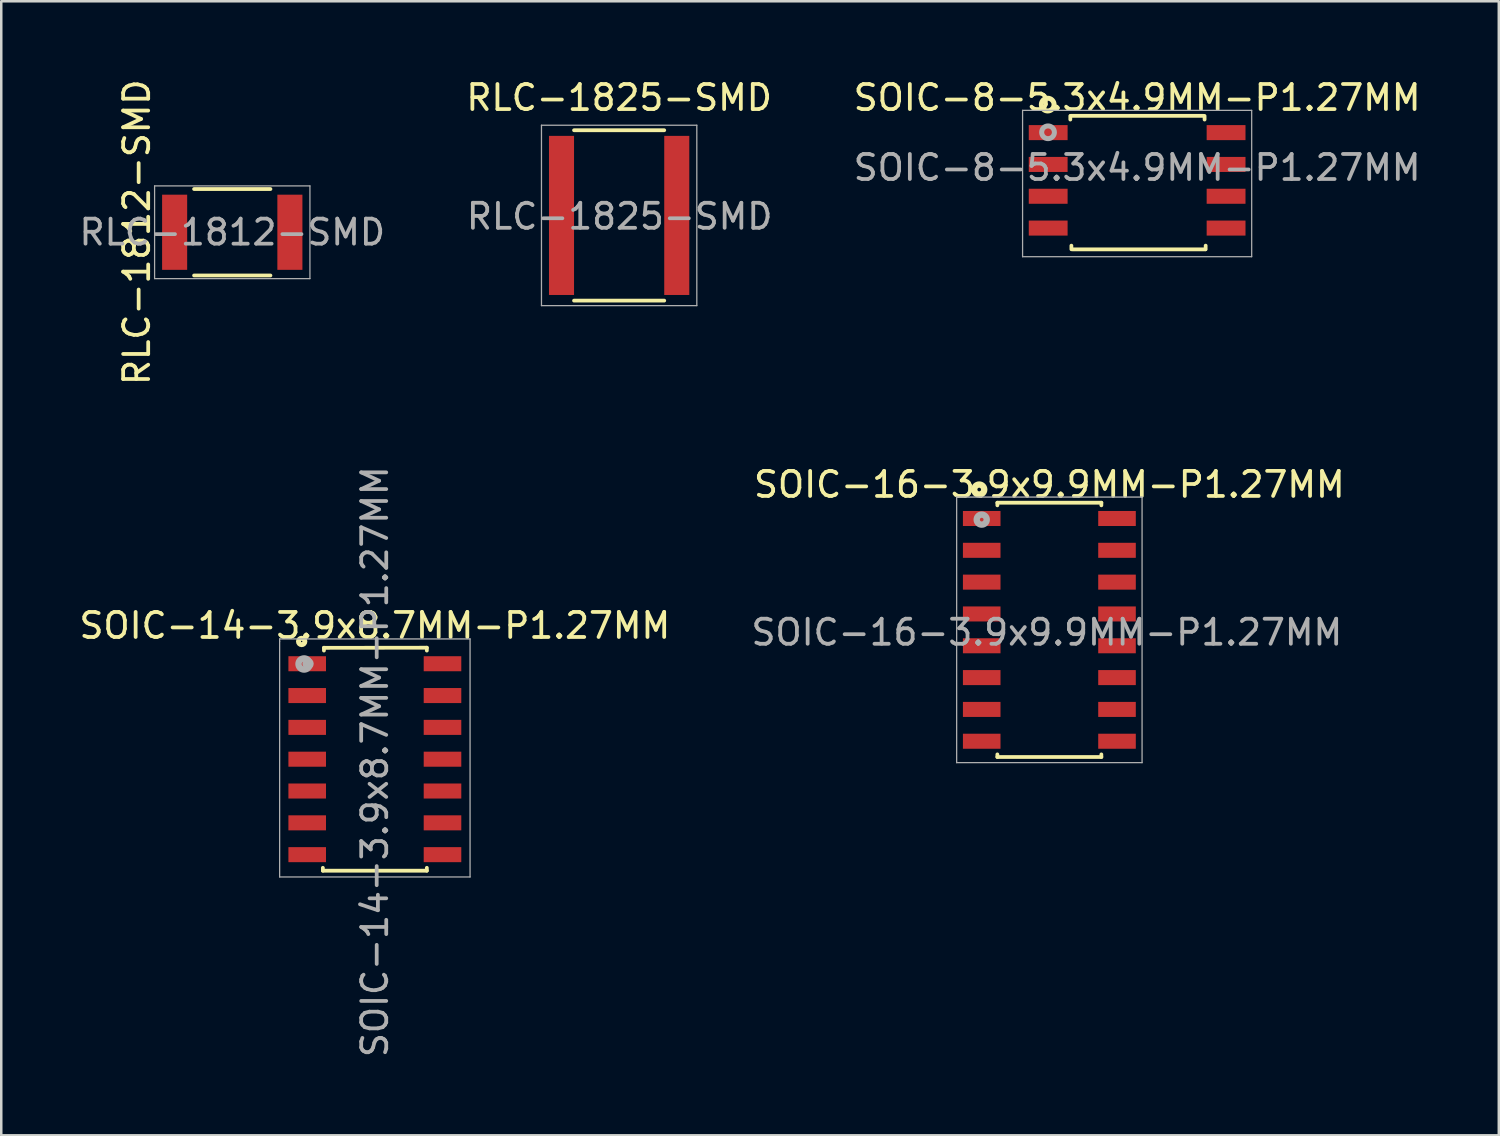
<source format=kicad_pcb>
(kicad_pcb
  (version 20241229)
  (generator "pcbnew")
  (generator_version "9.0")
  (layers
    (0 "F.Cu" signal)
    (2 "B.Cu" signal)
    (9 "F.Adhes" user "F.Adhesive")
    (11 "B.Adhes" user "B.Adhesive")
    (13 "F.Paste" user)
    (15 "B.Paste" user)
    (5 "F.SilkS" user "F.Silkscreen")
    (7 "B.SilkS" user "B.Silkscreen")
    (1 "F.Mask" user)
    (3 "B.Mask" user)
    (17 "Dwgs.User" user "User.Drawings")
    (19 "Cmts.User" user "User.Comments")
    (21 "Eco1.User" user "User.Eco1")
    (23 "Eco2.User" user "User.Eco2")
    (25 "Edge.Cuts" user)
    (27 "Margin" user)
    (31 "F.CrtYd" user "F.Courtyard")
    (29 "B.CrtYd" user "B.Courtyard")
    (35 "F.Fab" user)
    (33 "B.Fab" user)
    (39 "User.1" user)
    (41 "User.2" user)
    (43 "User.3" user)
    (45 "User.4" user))
  (footprint "SOIC-14-3.9x8.7MM-P1.27MM"
    (layer "F.Cu")
    (at 11.911 27.251)
    (property "Reference" "SOIC-14-3.9x8.7MM-P1.27MM" (at 0 0.1 90) (layer "F.Fab") (effects (font (size 1 1) (thickness 0.15))))
    (attr smd)
    (fp_line (start -2.075 4.45) (end -2.075 4.335) (stroke (width 0.15) (type solid)) (layer "F.SilkS"))
    (fp_line (start -2.075 4.45) (end 2.075 4.45) (stroke (width 0.15) (type solid)) (layer "F.SilkS"))
    (fp_line (start -2.032 -4.45) (end -2.032 -4.335) (stroke (width 0.15) (type solid)) (layer "F.SilkS"))
    (fp_line (start -2.032 -4.445) (end 2.075 -4.45) (stroke (width 0.15) (type solid)) (layer "F.SilkS"))
    (fp_line (start 2.075 -4.45) (end 2.075 -4.335) (stroke (width 0.15) (type solid)) (layer "F.SilkS"))
    (fp_line (start 2.075 4.45) (end 2.075 4.335) (stroke (width 0.15) (type solid)) (layer "F.SilkS"))
    (fp_circle (center -2.921 -4.699) (end -2.921 -4.572) (stroke (width 0.2) (type solid)) (fill no) (layer "F.SilkS"))
    (fp_line (start -3.8 -4.8) (end -3.8 -4.7) (stroke (width 0.051) (type solid)) (layer "F.Fab"))
    (fp_line (start -3.8 -4.7) (end -3.8 4.7) (stroke (width 0.051) (type solid)) (layer "F.Fab"))
    (fp_line (start -3.8 4.7) (end 3.8 4.7) (stroke (width 0.051) (type solid)) (layer "F.Fab"))
    (fp_line (start 3.8 -4.8) (end -3.8 -4.8) (stroke (width 0.051) (type solid)) (layer "F.Fab"))
    (fp_line (start 3.8 4.7) (end 3.8 -4.8) (stroke (width 0.051) (type solid)) (layer "F.Fab"))
    (fp_circle (center -2.824 -3.8) (end -2.724 -3.6) (stroke (width 0.254) (type solid)) (fill no) (layer "F.Fab"))
    (fp_circle (center -2.667 -3.81) (end -2.667 -3.683) (stroke (width 0.2) (type solid)) (fill no) (layer "F.Fab"))
    (fp_text user "${REFERENCE}" (at 0 -5.333 0) (layer "F.SilkS") (effects (font (size 1 1) (thickness 0.15))))
    (pad "1" smd rect (at -2.7 -3.81) (size 1.5 0.6) (layers "F.Cu" "F.Mask" "F.Paste"))
    (pad "2" smd rect (at -2.7 -2.54) (size 1.5 0.6) (layers "F.Cu" "F.Mask" "F.Paste"))
    (pad "3" smd rect (at -2.7 -1.27) (size 1.5 0.6) (layers "F.Cu" "F.Mask" "F.Paste"))
    (pad "4" smd rect (at -2.7 0) (size 1.5 0.6) (layers "F.Cu" "F.Mask" "F.Paste"))
    (pad "5" smd rect (at -2.7 1.27) (size 1.5 0.6) (layers "F.Cu" "F.Mask" "F.Paste"))
    (pad "6" smd rect (at -2.7 2.54) (size 1.5 0.6) (layers "F.Cu" "F.Mask" "F.Paste"))
    (pad "7" smd rect (at -2.7 3.81) (size 1.5 0.6) (layers "F.Cu" "F.Mask" "F.Paste"))
    (pad "8" smd rect (at 2.7 3.81) (size 1.5 0.6) (layers "F.Cu" "F.Mask" "F.Paste"))
    (pad "9" smd rect (at 2.7 2.54) (size 1.5 0.6) (layers "F.Cu" "F.Mask" "F.Paste"))
    (pad "10" smd rect (at 2.7 1.27) (size 1.5 0.6) (layers "F.Cu" "F.Mask" "F.Paste"))
    (pad "11" smd rect (at 2.7 0) (size 1.5 0.6) (layers "F.Cu" "F.Mask" "F.Paste"))
    (pad "12" smd rect (at 2.7 -1.27) (size 1.5 0.6) (layers "F.Cu" "F.Mask" "F.Paste"))
    (pad "13" smd rect (at 2.7 -2.54) (size 1.5 0.6) (layers "F.Cu" "F.Mask" "F.Paste"))
    (pad "14" smd rect (at 2.7 -3.81) (size 1.5 0.6) (layers "F.Cu" "F.Mask" "F.Paste")))
  (footprint "SOIC-16-3.9x9.9MM-P1.27MM"
    (layer "F.Cu")
    (at 38.832 22.089)
    (property "Reference" "SOIC-16-3.9x9.9MM-P1.27MM" (at -0.1 0.1 0) (layer "F.Fab") (effects (font (size 1 1) (thickness 0.15))))
    (attr smd)
    (fp_line (start -2.075 -5.075) (end -2.075 -4.97) (stroke (width 0.15) (type solid)) (layer "F.SilkS"))
    (fp_line (start -2.075 -5.075) (end 2.075 -5.075) (stroke (width 0.15) (type solid)) (layer "F.SilkS"))
    (fp_line (start -2.075 5.075) (end -2.075 4.97) (stroke (width 0.15) (type solid)) (layer "F.SilkS"))
    (fp_line (start -2.075 5.075) (end 2.075 5.075) (stroke (width 0.15) (type solid)) (layer "F.SilkS"))
    (fp_line (start 2.075 -5.075) (end 2.075 -4.97) (stroke (width 0.15) (type solid)) (layer "F.SilkS"))
    (fp_line (start 2.075 5.075) (end 2.075 4.97) (stroke (width 0.15) (type solid)) (layer "F.SilkS"))
    (fp_circle (center -2.8 -5.6) (end -2.8 -5.4) (stroke (width 0.254) (type solid)) (fill no) (layer "F.SilkS"))
    (fp_line (start -3.7 -5.3) (end -3.7 5.3) (stroke (width 0.051) (type solid)) (layer "F.Fab"))
    (fp_line (start -3.7 5.3) (end 3.7 5.3) (stroke (width 0.051) (type solid)) (layer "F.Fab"))
    (fp_line (start 3.7 -5.3) (end -3.7 -5.3) (stroke (width 0.051) (type solid)) (layer "F.Fab"))
    (fp_line (start 3.7 5.3) (end 3.7 -5.3) (stroke (width 0.051) (type solid)) (layer "F.Fab"))
    (fp_circle (center -2.7 -4.4) (end -2.7 -4.2) (stroke (width 0.254) (type solid)) (fill no) (layer "F.Fab"))
    (fp_text user "${REFERENCE}" (at 0 -5.8 0) (layer "F.SilkS") (effects (font (size 1 1) (thickness 0.15))))
    (pad "1" smd rect (at -2.7 -4.445) (size 1.5 0.6) (layers "F.Cu" "F.Mask" "F.Paste"))
    (pad "2" smd rect (at -2.7 -3.175) (size 1.5 0.6) (layers "F.Cu" "F.Mask" "F.Paste"))
    (pad "3" smd rect (at -2.7 -1.905) (size 1.5 0.6) (layers "F.Cu" "F.Mask" "F.Paste"))
    (pad "4" smd rect (at -2.7 -0.635) (size 1.5 0.6) (layers "F.Cu" "F.Mask" "F.Paste"))
    (pad "5" smd rect (at -2.7 0.635) (size 1.5 0.6) (layers "F.Cu" "F.Mask" "F.Paste"))
    (pad "6" smd rect (at -2.7 1.905) (size 1.5 0.6) (layers "F.Cu" "F.Mask" "F.Paste"))
    (pad "7" smd rect (at -2.7 3.175) (size 1.5 0.6) (layers "F.Cu" "F.Mask" "F.Paste"))
    (pad "8" smd rect (at -2.7 4.445) (size 1.5 0.6) (layers "F.Cu" "F.Mask" "F.Paste"))
    (pad "9" smd rect (at 2.7 4.445) (size 1.5 0.6) (layers "F.Cu" "F.Mask" "F.Paste"))
    (pad "10" smd rect (at 2.7 3.175) (size 1.5 0.6) (layers "F.Cu" "F.Mask" "F.Paste"))
    (pad "11" smd rect (at 2.7 1.905) (size 1.5 0.6) (layers "F.Cu" "F.Mask" "F.Paste"))
    (pad "12" smd rect (at 2.7 0.635) (size 1.5 0.6) (layers "F.Cu" "F.Mask" "F.Paste"))
    (pad "13" smd rect (at 2.7 -0.635) (size 1.5 0.6) (layers "F.Cu" "F.Mask" "F.Paste"))
    (pad "14" smd rect (at 2.7 -1.905) (size 1.5 0.6) (layers "F.Cu" "F.Mask" "F.Paste"))
    (pad "15" smd rect (at 2.7 -3.175) (size 1.5 0.6) (layers "F.Cu" "F.Mask" "F.Paste"))
    (pad "16" smd rect (at 2.7 -4.445) (size 1.5 0.6) (layers "F.Cu" "F.Mask" "F.Paste")))
  (footprint "SOIC-8-5.3x4.9MM-P1.27MM"
    (layer "F.Cu")
    (at 42.335 4.148)
    (property "Reference" "SOIC-8-5.3x4.9MM-P1.27MM" (at 0 -0.508 0) (layer "F.Fab") (effects (font (size 1 1) (thickness 0.15))))
    (attr smd)
    (fp_line (start -2.667 -2.571) (end -2.667 -2.426) (stroke (width 0.15) (type solid)) (layer "F.SilkS"))
    (fp_line (start -2.65 -2.575) (end 2.65 -2.575) (stroke (width 0.15) (type solid)) (layer "F.SilkS"))
    (fp_line (start -2.624 2.751) (end -2.624 2.606) (stroke (width 0.15) (type solid)) (layer "F.SilkS"))
    (fp_line (start 2.692 -2.571) (end 2.692 -2.426) (stroke (width 0.15) (type solid)) (layer "F.SilkS"))
    (fp_line (start 2.718 2.755) (end -2.582 2.755) (stroke (width 0.15) (type solid)) (layer "F.SilkS"))
    (fp_line (start 2.735 2.751) (end 2.735 2.606) (stroke (width 0.15) (type solid)) (layer "F.SilkS"))
    (fp_circle (center -3.569 -3.023) (end -3.315 -3.023) (stroke (width 0.2) (type solid)) (fill no) (layer "F.SilkS"))
    (fp_line (start -4.572 -2.794) (end -4.572 3.048) (stroke (width 0.05) (type solid)) (layer "F.Fab"))
    (fp_line (start -4.572 -2.794) (end 4.572 -2.794) (stroke (width 0.05) (type solid)) (layer "F.Fab"))
    (fp_line (start -4.572 3.048) (end 4.572 3.048) (stroke (width 0.05) (type solid)) (layer "F.Fab"))
    (fp_line (start 4.572 -2.794) (end 4.572 3.048) (stroke (width 0.05) (type solid)) (layer "F.Fab"))
    (fp_circle (center -3.556 -1.918) (end -3.302 -1.918) (stroke (width 0.2) (type solid)) (fill no) (layer "F.Fab"))
    (fp_text user "${REFERENCE}" (at 0 -3.3 0) (layer "F.SilkS") (effects (font (size 1 1) (thickness 0.15))))
    (pad "1" smd rect (at -3.55 -1.905) (size 1.55 0.6) (layers "F.Cu" "F.Mask" "F.Paste"))
    (pad "2" smd rect (at -3.55 -0.635) (size 1.55 0.6) (layers "F.Cu" "F.Mask" "F.Paste"))
    (pad "3" smd rect (at -3.55 0.635) (size 1.55 0.6) (layers "F.Cu" "F.Mask" "F.Paste"))
    (pad "4" smd rect (at -3.55 1.905) (size 1.55 0.6) (layers "F.Cu" "F.Mask" "F.Paste"))
    (pad "5" smd rect (at 3.55 1.905) (size 1.55 0.6) (layers "F.Cu" "F.Mask" "F.Paste"))
    (pad "6" smd rect (at 3.55 0.635) (size 1.55 0.6) (layers "F.Cu" "F.Mask" "F.Paste"))
    (pad "7" smd rect (at 3.55 -0.635) (size 1.55 0.6) (layers "F.Cu" "F.Mask" "F.Paste"))
    (pad "8" smd rect (at 3.55 -1.905) (size 1.55 0.6) (layers "F.Cu" "F.Mask" "F.Paste")))
  (footprint "RLC-1812-SMD"
    (layer "F.Cu")
    (at 6.22 6.22)
    (property "Reference" "RLC-1812-SMD" (at 0 0 0) (layer "F.Fab") (effects (font (size 1 1) (thickness 0.15))))
    (attr smd)
    (fp_line (start -1.524 1.725) (end 1.524 1.725) (stroke (width 0.15) (type solid)) (layer "F.SilkS"))
    (fp_line (start 1.524 -1.725) (end -1.524 -1.725) (stroke (width 0.15) (type solid)) (layer "F.SilkS"))
    (fp_line (start -3.1 -1.85) (end -3.1 1.85) (stroke (width 0.05) (type solid)) (layer "F.Fab"))
    (fp_line (start -3.1 -1.85) (end 3.1 -1.85) (stroke (width 0.05) (type solid)) (layer "F.Fab"))
    (fp_line (start -3.1 1.85) (end 3.1 1.85) (stroke (width 0.05) (type solid)) (layer "F.Fab"))
    (fp_line (start 3.1 -1.85) (end 3.1 1.85) (stroke (width 0.05) (type solid)) (layer "F.Fab"))
    (fp_text user "${REFERENCE}" (at -3.81 0 90) (layer "F.SilkS") (effects (font (size 1 1) (thickness 0.15))))
    (pad "1" smd rect (at -2.3 0) (size 1 3) (layers "F.Cu" "F.Mask" "F.Paste"))
    (pad "2" smd rect (at 2.3 0) (size 1 3) (layers "F.Cu" "F.Mask" "F.Paste")))
  (footprint "RLC-1825-SMD"
    (layer "F.Cu")
    (at 21.661 5.548)
    (property "Reference" "RLC-1825-SMD" (at 0 -4.7 0) (layer "F.SilkS") (effects (font (size 1 1) (thickness 0.15))))
    (attr smd)
    (fp_line (start -1.8 3.4) (end 1.8 3.4) (stroke (width 0.15) (type solid)) (layer "F.SilkS"))
    (fp_line (start 1.8 -3.4) (end -1.8 -3.4) (stroke (width 0.15) (type solid)) (layer "F.SilkS"))
    (fp_line (start -3.1 -3.6) (end 3.1 -3.6) (stroke (width 0.051) (type solid)) (layer "F.Fab"))
    (fp_line (start -3.1 3.6) (end -3.1 -3.6) (stroke (width 0.051) (type solid)) (layer "F.Fab"))
    (fp_line (start 3.1 -3.6) (end 3.1 3.6) (stroke (width 0.051) (type solid)) (layer "F.Fab"))
    (fp_line (start 3.1 3.6) (end -3.1 3.6) (stroke (width 0.051) (type solid)) (layer "F.Fab"))
    (fp_text user "${REFERENCE}" (at 0.02 0.04 0) (layer "F.Fab") (effects (font (size 1 1) (thickness 0.15))))
    (pad "1" smd rect (at -2.3 0) (size 1 6.35) (layers "F.Cu" "F.Mask" "F.Paste"))
    (pad "2" smd rect (at 2.3 0) (size 1 6.35) (layers "F.Cu" "F.Mask" "F.Paste")))
  (gr_rect
    (start -3 -3)
    (end 56.77 42.262)
    (stroke (width 0.1) (type default))
    (fill no)
    (layer "Edge.Cuts")))
</source>
